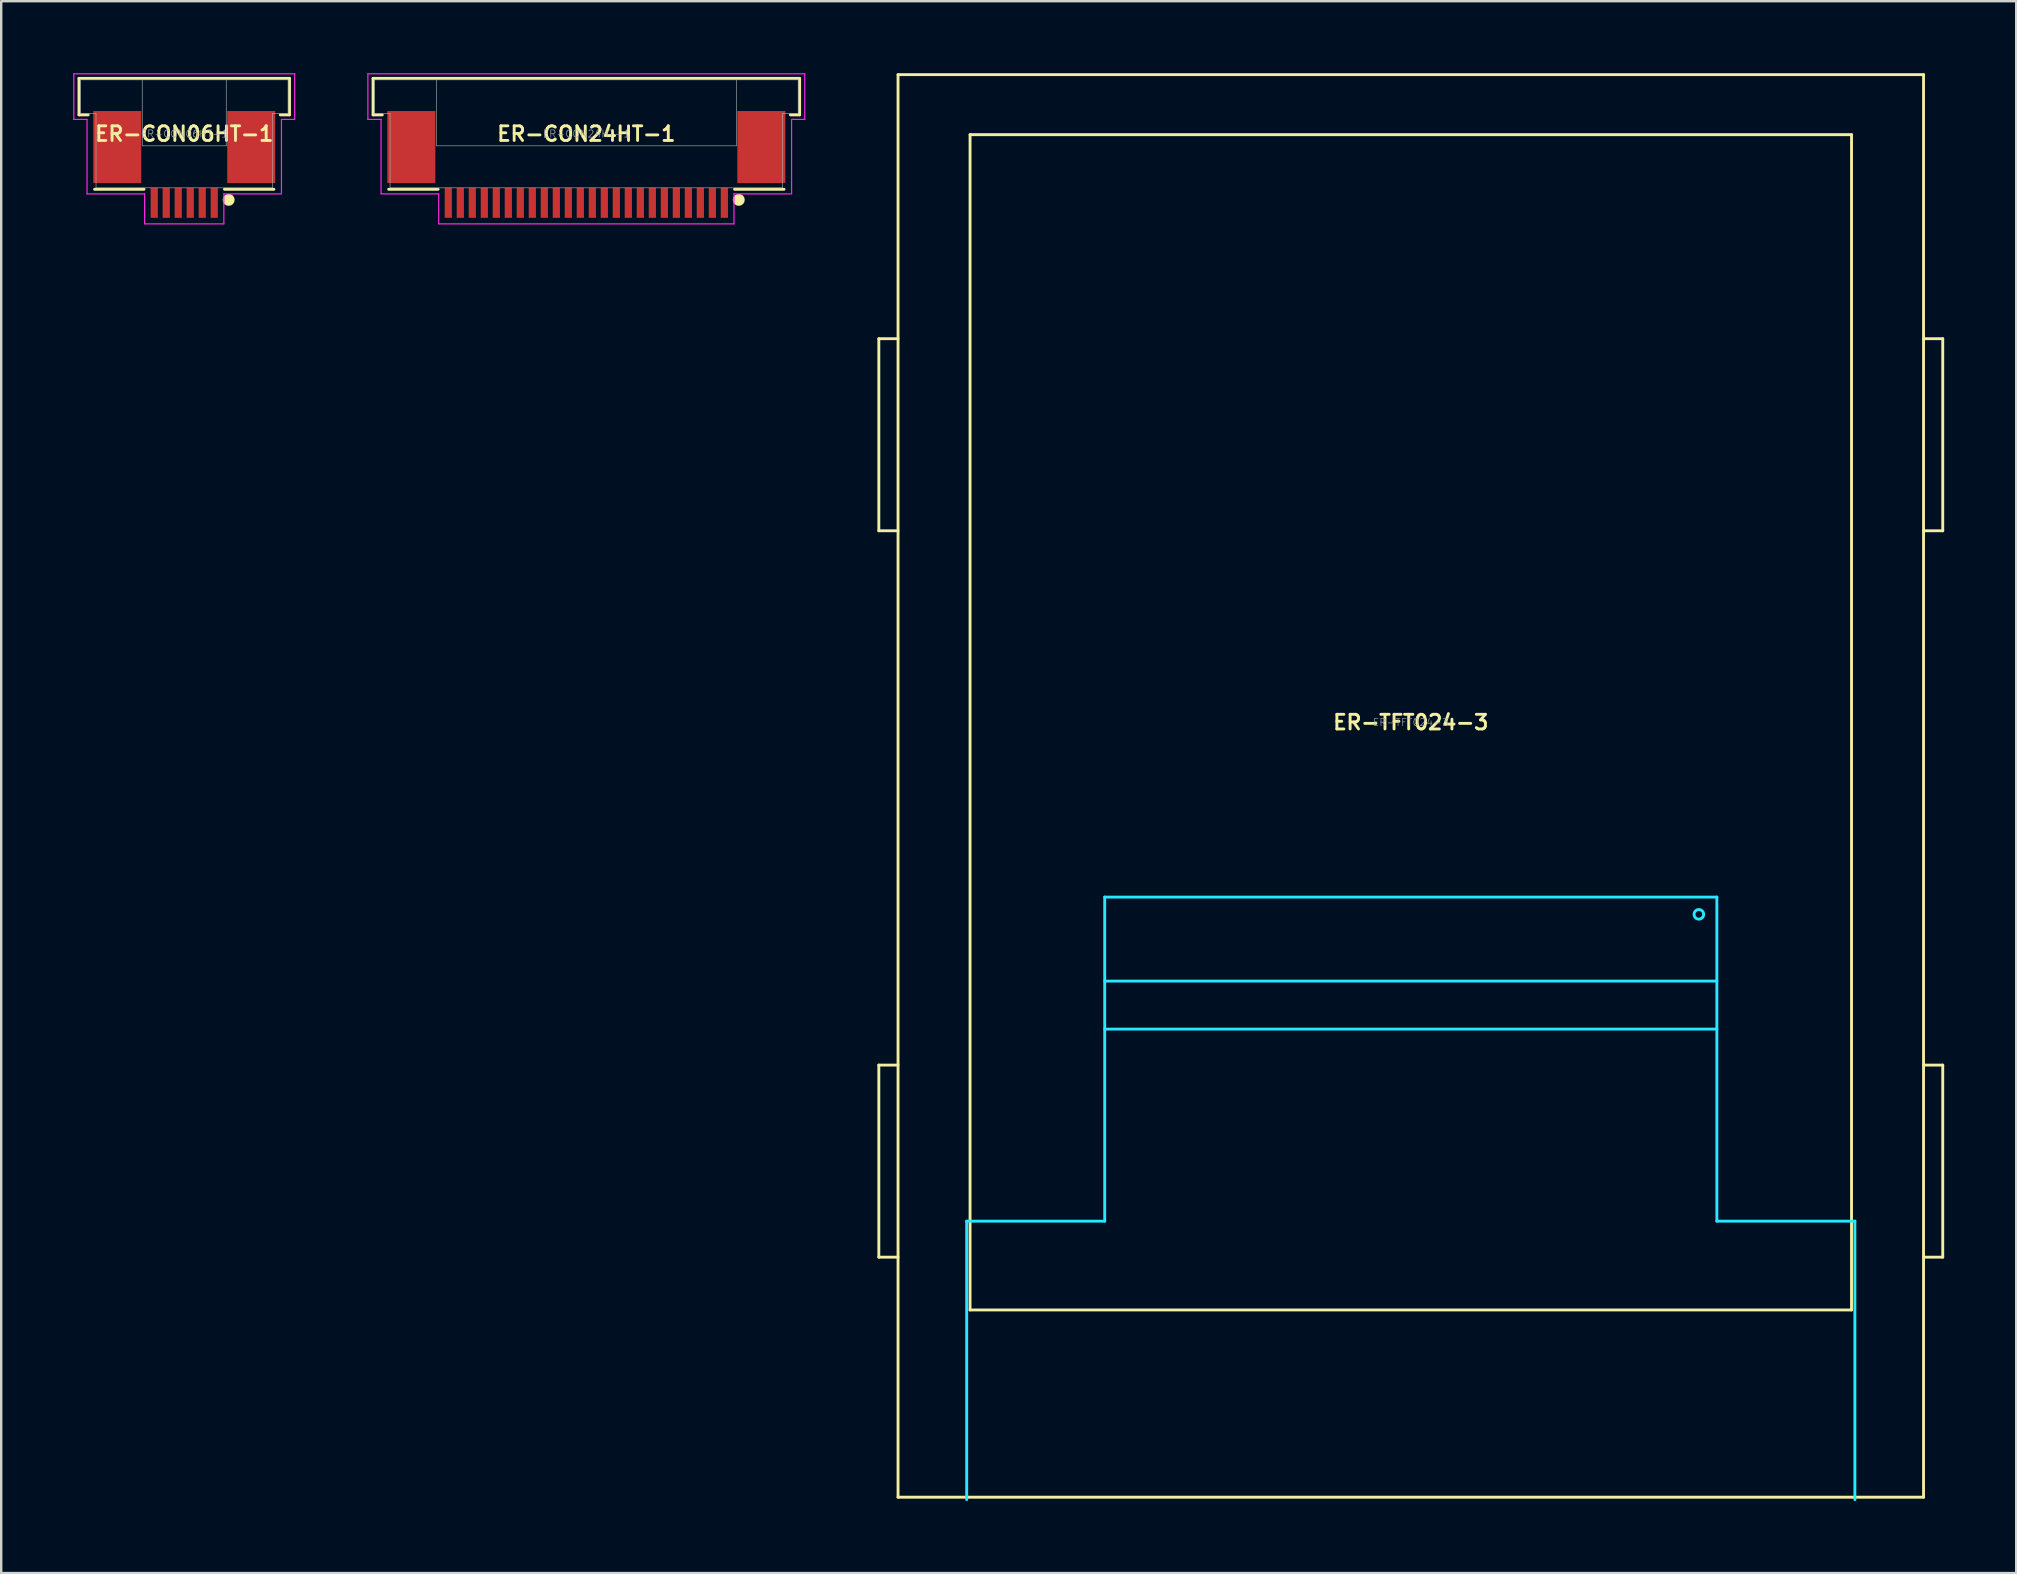
<source format=kicad_pcb>
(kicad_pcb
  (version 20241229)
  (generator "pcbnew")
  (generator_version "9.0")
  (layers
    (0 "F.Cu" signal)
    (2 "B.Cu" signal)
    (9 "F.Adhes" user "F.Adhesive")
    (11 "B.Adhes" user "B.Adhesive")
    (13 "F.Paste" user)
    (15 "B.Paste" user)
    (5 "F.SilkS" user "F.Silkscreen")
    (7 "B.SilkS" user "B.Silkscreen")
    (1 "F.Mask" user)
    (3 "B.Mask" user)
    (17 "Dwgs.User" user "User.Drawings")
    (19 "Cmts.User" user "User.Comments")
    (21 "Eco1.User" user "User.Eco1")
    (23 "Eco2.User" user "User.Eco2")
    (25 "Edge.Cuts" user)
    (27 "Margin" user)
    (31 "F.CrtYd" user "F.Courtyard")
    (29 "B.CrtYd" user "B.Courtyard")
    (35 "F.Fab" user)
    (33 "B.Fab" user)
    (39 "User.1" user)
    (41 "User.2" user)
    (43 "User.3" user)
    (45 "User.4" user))
  (footprint "ER-CON06HT-1"
    (layer "F.Cu")
    (at 4.625 2.525)
    (property "Reference" "ER-CON06HT-1" (at 0 0 0) (layer "F.SilkS") (effects (font (size 0.61 0.61) (thickness 0.12))))
    (attr through_hole)
    (fp_line (start -4.385 -2.31) (end 4.385 -2.31) (stroke (width 0.12) (type solid)) (layer "F.SilkS"))
    (fp_line (start -4.385 -0.79) (end -4.385 -2.31) (stroke (width 0.12) (type solid)) (layer "F.SilkS"))
    (fp_line (start -4 -0.79) (end -4.385 -0.79) (stroke (width 0.12) (type solid)) (layer "F.SilkS"))
    (fp_line (start -3.735 2.31) (end -1.675 2.31) (stroke (width 0.12) (type solid)) (layer "F.SilkS"))
    (fp_line (start 3.735 2.31) (end 1.675 2.31) (stroke (width 0.12) (type solid)) (layer "F.SilkS"))
    (fp_line (start 4.385 -2.31) (end 4.385 -0.79) (stroke (width 0.12) (type solid)) (layer "F.SilkS"))
    (fp_line (start 4.385 -0.79) (end 4 -0.79) (stroke (width 0.12) (type solid)) (layer "F.SilkS"))
    (fp_circle (center 1.85 2.75) (end 1.975 2.75) (stroke (width 0.25) (type solid)) (fill no) (layer "F.SilkS"))
    (fp_line (start -4.6 -2.5) (end 4.6 -2.5) (stroke (width 0.05) (type solid)) (layer "F.CrtYd"))
    (fp_line (start -4.6 -0.6) (end -4.6 -2.5) (stroke (width 0.05) (type solid)) (layer "F.CrtYd"))
    (fp_line (start -4.05 -0.6) (end -4.6 -0.6) (stroke (width 0.05) (type solid)) (layer "F.CrtYd"))
    (fp_line (start -4.05 2.5) (end -4.05 -0.6) (stroke (width 0.05) (type solid)) (layer "F.CrtYd"))
    (fp_line (start -1.65 2.5) (end -4.05 2.5) (stroke (width 0.05) (type solid)) (layer "F.CrtYd"))
    (fp_line (start -1.65 3.75) (end -1.65 2.5) (stroke (width 0.05) (type solid)) (layer "F.CrtYd"))
    (fp_line (start 1.65 2.5) (end 1.65 3.75) (stroke (width 0.05) (type solid)) (layer "F.CrtYd"))
    (fp_line (start 1.65 3.75) (end -1.65 3.75) (stroke (width 0.05) (type solid)) (layer "F.CrtYd"))
    (fp_line (start 4.05 -0.6) (end 4.05 2.5) (stroke (width 0.05) (type solid)) (layer "F.CrtYd"))
    (fp_line (start 4.05 2.5) (end 1.65 2.5) (stroke (width 0.05) (type solid)) (layer "F.CrtYd"))
    (fp_line (start 4.6 -2.5) (end 4.6 -0.6) (stroke (width 0.05) (type solid)) (layer "F.CrtYd"))
    (fp_line (start 4.6 -0.6) (end 4.05 -0.6) (stroke (width 0.05) (type solid)) (layer "F.CrtYd"))
    (fp_line (start -4.325 -2.25) (end 4.325 -2.25) (stroke (width 0.025) (type solid)) (layer "F.Fab"))
    (fp_line (start -4.325 -0.85) (end -4.325 -2.25) (stroke (width 0.025) (type solid)) (layer "F.Fab"))
    (fp_line (start -4.325 -0.85) (end -3.675 -0.85) (stroke (width 0.025) (type solid)) (layer "F.Fab"))
    (fp_line (start -3.675 -0.85) (end -3.675 2.25) (stroke (width 0.025) (type solid)) (layer "F.Fab"))
    (fp_line (start -3.675 2.25) (end 3.675 2.25) (stroke (width 0.025) (type solid)) (layer "F.Fab"))
    (fp_line (start -1.75 -2.25) (end -1.75 0.5) (stroke (width 0.025) (type solid)) (layer "F.Fab"))
    (fp_line (start -1.75 0.5) (end 1.75 0.5) (stroke (width 0.025) (type solid)) (layer "F.Fab"))
    (fp_line (start 1.75 0.5) (end 1.75 -2.25) (stroke (width 0.025) (type solid)) (layer "F.Fab"))
    (fp_line (start 3.675 -0.85) (end 3.675 2.25) (stroke (width 0.025) (type solid)) (layer "F.Fab"))
    (fp_line (start 3.675 -0.85) (end 4.325 -0.85) (stroke (width 0.025) (type solid)) (layer "F.Fab"))
    (fp_line (start 4.325 -0.85) (end 4.325 -2.25) (stroke (width 0.025) (type solid)) (layer "F.Fab"))
    (fp_text user "${REFERENCE}" (at 0 0 0) (layer "F.Fab") (effects (font (size 0.3 0.3) (thickness 0.025))))
    (pad "1" smd rect (at 1.25 2.875) (size 0.3 1.25) (layers "F.Cu" "F.Mask" "F.Paste"))
    (pad "2" smd rect (at 0.75 2.875) (size 0.3 1.25) (layers "F.Cu" "F.Mask" "F.Paste"))
    (pad "3" smd rect (at 0.25 2.875) (size 0.3 1.25) (layers "F.Cu" "F.Mask" "F.Paste"))
    (pad "4" smd rect (at -0.25 2.875) (size 0.3 1.25) (layers "F.Cu" "F.Mask" "F.Paste"))
    (pad "5" smd rect (at -0.75 2.875) (size 0.3 1.25) (layers "F.Cu" "F.Mask" "F.Paste"))
    (pad "6" smd rect (at -1.25 2.875) (size 0.3 1.25) (layers "F.Cu" "F.Mask" "F.Paste"))
    (pad "SHLD" smd rect (at -2.79 0.55) (size 2 3) (layers "F.Cu" "F.Mask" "F.Paste"))
    (pad "SHLD" smd rect (at 2.79 0.55) (size 2 3) (layers "F.Cu" "F.Mask" "F.Paste")))
  (footprint "ER-CON24HT-1"
    (layer "F.Cu")
    (at 21.375 2.525)
    (property "Reference" "ER-CON24HT-1" (at 0 0 0) (layer "F.SilkS") (effects (font (size 0.61 0.61) (thickness 0.12))))
    (attr through_hole)
    (fp_line (start -8.885 -2.31) (end 8.885 -2.31) (stroke (width 0.12) (type solid)) (layer "F.SilkS"))
    (fp_line (start -8.885 -0.79) (end -8.885 -2.31) (stroke (width 0.12) (type solid)) (layer "F.SilkS"))
    (fp_line (start -8.5 -0.79) (end -8.885 -0.79) (stroke (width 0.12) (type solid)) (layer "F.SilkS"))
    (fp_line (start -8.235 2.31) (end -6.175 2.31) (stroke (width 0.12) (type solid)) (layer "F.SilkS"))
    (fp_line (start 8.235 2.31) (end 6.175 2.31) (stroke (width 0.12) (type solid)) (layer "F.SilkS"))
    (fp_line (start 8.885 -2.31) (end 8.885 -0.79) (stroke (width 0.12) (type solid)) (layer "F.SilkS"))
    (fp_line (start 8.885 -0.79) (end 8.5 -0.79) (stroke (width 0.12) (type solid)) (layer "F.SilkS"))
    (fp_circle (center 6.35 2.75) (end 6.475 2.75) (stroke (width 0.25) (type solid)) (fill no) (layer "F.SilkS"))
    (fp_line (start -9.1 -2.5) (end 9.1 -2.5) (stroke (width 0.05) (type solid)) (layer "F.CrtYd"))
    (fp_line (start -9.1 -0.6) (end -9.1 -2.5) (stroke (width 0.05) (type solid)) (layer "F.CrtYd"))
    (fp_line (start -8.55 -0.6) (end -9.1 -0.6) (stroke (width 0.05) (type solid)) (layer "F.CrtYd"))
    (fp_line (start -8.55 2.5) (end -8.55 -0.6) (stroke (width 0.05) (type solid)) (layer "F.CrtYd"))
    (fp_line (start -6.15 2.5) (end -8.55 2.5) (stroke (width 0.05) (type solid)) (layer "F.CrtYd"))
    (fp_line (start -6.15 3.75) (end -6.15 2.5) (stroke (width 0.05) (type solid)) (layer "F.CrtYd"))
    (fp_line (start 6.15 2.5) (end 6.15 3.75) (stroke (width 0.05) (type solid)) (layer "F.CrtYd"))
    (fp_line (start 6.15 3.75) (end -6.15 3.75) (stroke (width 0.05) (type solid)) (layer "F.CrtYd"))
    (fp_line (start 8.55 -0.6) (end 8.55 2.5) (stroke (width 0.05) (type solid)) (layer "F.CrtYd"))
    (fp_line (start 8.55 2.5) (end 6.15 2.5) (stroke (width 0.05) (type solid)) (layer "F.CrtYd"))
    (fp_line (start 9.1 -2.5) (end 9.1 -0.6) (stroke (width 0.05) (type solid)) (layer "F.CrtYd"))
    (fp_line (start 9.1 -0.6) (end 8.55 -0.6) (stroke (width 0.05) (type solid)) (layer "F.CrtYd"))
    (fp_line (start -8.825 -2.25) (end 8.825 -2.25) (stroke (width 0.025) (type solid)) (layer "F.Fab"))
    (fp_line (start -8.825 -0.85) (end -8.825 -2.25) (stroke (width 0.025) (type solid)) (layer "F.Fab"))
    (fp_line (start -8.825 -0.85) (end -8.175 -0.85) (stroke (width 0.025) (type solid)) (layer "F.Fab"))
    (fp_line (start -8.175 -0.85) (end -8.175 2.25) (stroke (width 0.025) (type solid)) (layer "F.Fab"))
    (fp_line (start -8.175 2.25) (end 8.175 2.25) (stroke (width 0.025) (type solid)) (layer "F.Fab"))
    (fp_line (start -6.25 -2.25) (end -6.25 0.5) (stroke (width 0.025) (type solid)) (layer "F.Fab"))
    (fp_line (start -6.25 0.5) (end 6.25 0.5) (stroke (width 0.025) (type solid)) (layer "F.Fab"))
    (fp_line (start 6.25 0.5) (end 6.25 -2.25) (stroke (width 0.025) (type solid)) (layer "F.Fab"))
    (fp_line (start 8.175 -0.85) (end 8.175 2.25) (stroke (width 0.025) (type solid)) (layer "F.Fab"))
    (fp_line (start 8.175 -0.85) (end 8.825 -0.85) (stroke (width 0.025) (type solid)) (layer "F.Fab"))
    (fp_line (start 8.825 -0.85) (end 8.825 -2.25) (stroke (width 0.025) (type solid)) (layer "F.Fab"))
    (fp_text user "${REFERENCE}" (at 0 0 0) (layer "F.Fab") (effects (font (size 0.3 0.3) (thickness 0.025))))
    (pad "1" smd rect (at 5.75 2.875) (size 0.3 1.25) (layers "F.Cu" "F.Mask" "F.Paste"))
    (pad "2" smd rect (at 5.25 2.875) (size 0.3 1.25) (layers "F.Cu" "F.Mask" "F.Paste"))
    (pad "3" smd rect (at 4.75 2.875) (size 0.3 1.25) (layers "F.Cu" "F.Mask" "F.Paste"))
    (pad "4" smd rect (at 4.25 2.875) (size 0.3 1.25) (layers "F.Cu" "F.Mask" "F.Paste"))
    (pad "5" smd rect (at 3.75 2.875) (size 0.3 1.25) (layers "F.Cu" "F.Mask" "F.Paste"))
    (pad "6" smd rect (at 3.25 2.875) (size 0.3 1.25) (layers "F.Cu" "F.Mask" "F.Paste"))
    (pad "7" smd rect (at 2.75 2.875) (size 0.3 1.25) (layers "F.Cu" "F.Mask" "F.Paste"))
    (pad "8" smd rect (at 2.25 2.875) (size 0.3 1.25) (layers "F.Cu" "F.Mask" "F.Paste"))
    (pad "9" smd rect (at 1.75 2.875) (size 0.3 1.25) (layers "F.Cu" "F.Mask" "F.Paste"))
    (pad "10" smd rect (at 1.25 2.875) (size 0.3 1.25) (layers "F.Cu" "F.Mask" "F.Paste"))
    (pad "11" smd rect (at 0.75 2.875) (size 0.3 1.25) (layers "F.Cu" "F.Mask" "F.Paste"))
    (pad "12" smd rect (at 0.25 2.875) (size 0.3 1.25) (layers "F.Cu" "F.Mask" "F.Paste"))
    (pad "13" smd rect (at -0.25 2.875) (size 0.3 1.25) (layers "F.Cu" "F.Mask" "F.Paste"))
    (pad "14" smd rect (at -0.75 2.875) (size 0.3 1.25) (layers "F.Cu" "F.Mask" "F.Paste"))
    (pad "15" smd rect (at -1.25 2.875) (size 0.3 1.25) (layers "F.Cu" "F.Mask" "F.Paste"))
    (pad "16" smd rect (at -1.75 2.875) (size 0.3 1.25) (layers "F.Cu" "F.Mask" "F.Paste"))
    (pad "17" smd rect (at -2.25 2.875) (size 0.3 1.25) (layers "F.Cu" "F.Mask" "F.Paste"))
    (pad "18" smd rect (at -2.75 2.875) (size 0.3 1.25) (layers "F.Cu" "F.Mask" "F.Paste"))
    (pad "19" smd rect (at -3.25 2.875) (size 0.3 1.25) (layers "F.Cu" "F.Mask" "F.Paste"))
    (pad "20" smd rect (at -3.75 2.875) (size 0.3 1.25) (layers "F.Cu" "F.Mask" "F.Paste"))
    (pad "21" smd rect (at -4.25 2.875) (size 0.3 1.25) (layers "F.Cu" "F.Mask" "F.Paste"))
    (pad "22" smd rect (at -4.75 2.875) (size 0.3 1.25) (layers "F.Cu" "F.Mask" "F.Paste"))
    (pad "23" smd rect (at -5.25 2.875) (size 0.3 1.25) (layers "F.Cu" "F.Mask" "F.Paste"))
    (pad "24" smd rect (at -5.75 2.875) (size 0.3 1.25) (layers "F.Cu" "F.Mask" "F.Paste"))
    (pad "SHLD" smd rect (at -7.29 0.55) (size 2 3) (layers "F.Cu" "F.Mask" "F.Paste"))
    (pad "SHLD" smd rect (at 7.29 0.55) (size 2 3) (layers "F.Cu" "F.Mask" "F.Paste")))
  (footprint "ER-TFT024-3"
    (layer "F.Cu")
    (at 55.72 27.04)
    (property "Reference" "ER-TFT024-3" (at 0 0 0) (layer "F.SilkS") (effects (font (size 0.61 0.61) (thickness 0.12))))
    (attr through_hole)
    (fp_line (start -22.16 -15.98) (end -22.16 -7.98) (stroke (width 0.12) (type solid)) (layer "F.SilkS"))
    (fp_line (start -22.16 -7.98) (end -21.36 -7.98) (stroke (width 0.12) (type solid)) (layer "F.SilkS"))
    (fp_line (start -22.16 14.28) (end -22.16 22.28) (stroke (width 0.12) (type solid)) (layer "F.SilkS"))
    (fp_line (start -22.16 22.28) (end -21.36 22.28) (stroke (width 0.12) (type solid)) (layer "F.SilkS"))
    (fp_line (start -21.36 -26.98) (end 21.36 -26.98) (stroke (width 0.12) (type solid)) (layer "F.SilkS"))
    (fp_line (start -21.36 -15.98) (end -22.16 -15.98) (stroke (width 0.12) (type solid)) (layer "F.SilkS"))
    (fp_line (start -21.36 14.28) (end -22.16 14.28) (stroke (width 0.12) (type solid)) (layer "F.SilkS"))
    (fp_line (start -21.36 32.28) (end -21.36 -26.98) (stroke (width 0.12) (type solid)) (layer "F.SilkS"))
    (fp_line (start -18.36 -24.48) (end 18.36 -24.48) (stroke (width 0.12) (type solid)) (layer "F.SilkS"))
    (fp_line (start -18.36 24.48) (end -18.36 -24.48) (stroke (width 0.12) (type solid)) (layer "F.SilkS"))
    (fp_line (start 18.36 -24.48) (end 18.36 24.48) (stroke (width 0.12) (type solid)) (layer "F.SilkS"))
    (fp_line (start 18.36 24.48) (end -18.36 24.48) (stroke (width 0.12) (type solid)) (layer "F.SilkS"))
    (fp_line (start 21.36 -26.98) (end 21.36 32.28) (stroke (width 0.12) (type solid)) (layer "F.SilkS"))
    (fp_line (start 21.36 -15.98) (end 22.16 -15.98) (stroke (width 0.12) (type solid)) (layer "F.SilkS"))
    (fp_line (start 21.36 14.28) (end 22.16 14.28) (stroke (width 0.12) (type solid)) (layer "F.SilkS"))
    (fp_line (start 21.36 32.28) (end -21.36 32.28) (stroke (width 0.12) (type solid)) (layer "F.SilkS"))
    (fp_line (start 22.16 -15.98) (end 22.16 -7.98) (stroke (width 0.12) (type solid)) (layer "F.SilkS"))
    (fp_line (start 22.16 -7.98) (end 21.36 -7.98) (stroke (width 0.12) (type solid)) (layer "F.SilkS"))
    (fp_line (start 22.16 14.28) (end 22.16 22.28) (stroke (width 0.12) (type solid)) (layer "F.SilkS"))
    (fp_line (start 22.16 22.28) (end 21.36 22.28) (stroke (width 0.12) (type solid)) (layer "F.SilkS"))
    (fp_line (start -18.5 20.78) (end -18.5 32.38) (stroke (width 0.12) (type solid)) (layer "B.CrtYd"))
    (fp_line (start -12.75 7.28) (end -12.75 20.78) (stroke (width 0.12) (type solid)) (layer "B.CrtYd"))
    (fp_line (start -12.75 7.28) (end 12.75 7.28) (stroke (width 0.12) (type solid)) (layer "B.CrtYd"))
    (fp_line (start -12.75 10.78) (end 12.75 10.78) (stroke (width 0.12) (type solid)) (layer "B.CrtYd"))
    (fp_line (start -12.75 12.78) (end 12.75 12.78) (stroke (width 0.12) (type solid)) (layer "B.CrtYd"))
    (fp_line (start -12.75 20.78) (end -18.5 20.78) (stroke (width 0.12) (type solid)) (layer "B.CrtYd"))
    (fp_line (start 12.75 7.28) (end 12.75 20.78) (stroke (width 0.12) (type solid)) (layer "B.CrtYd"))
    (fp_line (start 12.75 20.78) (end 18.5 20.78) (stroke (width 0.12) (type solid)) (layer "B.CrtYd"))
    (fp_line (start 18.5 20.78) (end 18.5 32.38) (stroke (width 0.12) (type solid)) (layer "B.CrtYd"))
    (fp_circle (center 12 8) (end 12 7.8) (stroke (width 0.12) (type solid)) (fill no) (layer "B.CrtYd"))
    (fp_text user "${REFERENCE}" (at 0 0 0) (layer "F.Fab") (effects (font (size 0.3 0.3) (thickness 0.025)))))
  (gr_rect
    (start -3 -3)
    (end 80.94 62.48)
    (stroke (width 0.1) (type default))
    (fill no)
    (layer "Edge.Cuts")))
</source>
